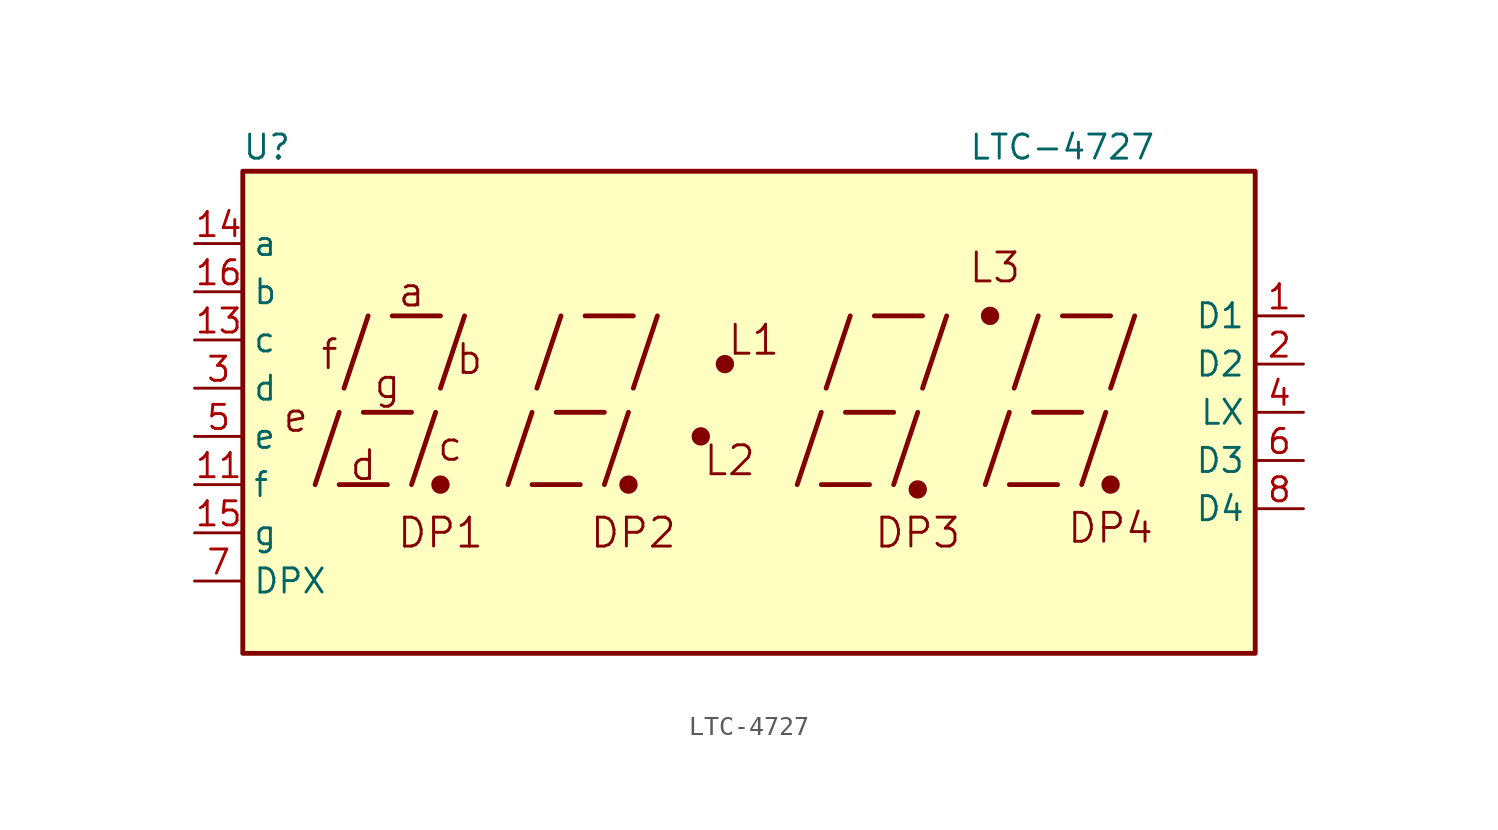
<source format=kicad_sym>
(kicad_symbol_lib
  (version 20220914)
  (generator kicad_symbol_editor)
  (symbol "LTC-4727"
    (property "Reference" "U"
      (at -24.13 13.97 0)
      (effects (font (size 1.27 1.27))))
    (property "Value" "LTC-4727"
      (at 17.78 13.97 0)
      (effects (font (size 1.27 1.27))))
    (symbol "LTC-4727_0_0"
      (rectangle (start -25.4 12.7) (end 27.94 -12.7) (stroke (width 0.254) (type default)) (fill (type background)))
      (polyline (pts (xy -21.59 -3.81) (xy -20.32 0)) (stroke (width 0.254) (type default)) (fill (type none)))
      (polyline (pts (xy -20.32 -3.81) (xy -17.78 -3.81)) (stroke (width 0.254) (type default)) (fill (type none)))
      (polyline (pts (xy -20.066 1.27) (xy -18.796 5.08)) (stroke (width 0.254) (type default)) (fill (type none)))
      (polyline (pts (xy -19.05 0) (xy -16.51 0)) (stroke (width 0.254) (type default)) (fill (type none)))
      (polyline (pts (xy -17.526 5.08) (xy -14.986 5.08)) (stroke (width 0.254) (type default)) (fill (type none)))
      (polyline (pts (xy -16.51 -3.81) (xy -15.24 0)) (stroke (width 0.254) (type default)) (fill (type none)))
      (polyline (pts (xy -14.986 1.27) (xy -13.716 5.08)) (stroke (width 0.254) (type default)) (fill (type none)))
      (polyline (pts (xy -11.43 -3.81) (xy -10.16 0)) (stroke (width 0.254) (type default)) (fill (type none)))
      (polyline (pts (xy -10.16 -3.81) (xy -7.62 -3.81)) (stroke (width 0.254) (type default)) (fill (type none)))
      (polyline (pts (xy -9.906 1.27) (xy -8.636 5.08)) (stroke (width 0.254) (type default)) (fill (type none)))
      (polyline (pts (xy -8.89 0) (xy -6.35 0)) (stroke (width 0.254) (type default)) (fill (type none)))
      (polyline (pts (xy -7.366 5.08) (xy -4.826 5.08)) (stroke (width 0.254) (type default)) (fill (type none)))
      (polyline (pts (xy -6.35 -3.81) (xy -5.08 0)) (stroke (width 0.254) (type default)) (fill (type none)))
      (polyline (pts (xy -4.826 1.27) (xy -3.556 5.08)) (stroke (width 0.254) (type default)) (fill (type none)))
      (polyline (pts (xy 3.81 -3.81) (xy 5.08 0)) (stroke (width 0.254) (type default)) (fill (type none)))
      (polyline (pts (xy 5.08 -3.81) (xy 7.62 -3.81)) (stroke (width 0.254) (type default)) (fill (type none)))
      (polyline (pts (xy 5.334 1.27) (xy 6.604 5.08)) (stroke (width 0.254) (type default)) (fill (type none)))
      (polyline (pts (xy 6.35 0) (xy 8.89 0)) (stroke (width 0.254) (type default)) (fill (type none)))
      (polyline (pts (xy 7.874 5.08) (xy 10.414 5.08)) (stroke (width 0.254) (type default)) (fill (type none)))
      (polyline (pts (xy 8.89 -3.81) (xy 10.16 0)) (stroke (width 0.254) (type default)) (fill (type none)))
      (polyline (pts (xy 10.414 1.27) (xy 11.684 5.08)) (stroke (width 0.254) (type default)) (fill (type none)))
      (polyline (pts (xy 13.716 -3.81) (xy 14.986 0)) (stroke (width 0.254) (type default)) (fill (type none)))
      (polyline (pts (xy 14.986 -3.81) (xy 17.526 -3.81)) (stroke (width 0.254) (type default)) (fill (type none)))
      (polyline (pts (xy 15.24 1.27) (xy 16.51 5.08)) (stroke (width 0.254) (type default)) (fill (type none)))
      (polyline (pts (xy 16.256 0) (xy 18.796 0)) (stroke (width 0.254) (type default)) (fill (type none)))
      (polyline (pts (xy 17.78 5.08) (xy 20.32 5.08)) (stroke (width 0.254) (type default)) (fill (type none)))
      (polyline (pts (xy 18.796 -3.81) (xy 20.066 0)) (stroke (width 0.254) (type default)) (fill (type none)))
      (polyline (pts (xy 20.32 1.27) (xy 21.59 5.08)) (stroke (width 0.254) (type default)) (fill (type none)))
      (text "a" (at -16.51 6.35 0) (effects (font (size 1.524 1.524))))
      (text "b" (at -13.462 2.794 0) (effects (font (size 1.524 1.524))))
      (text "c" (at -14.478 -1.778 0) (effects (font (size 1.524 1.524))))
      (text "d" (at -19.05 -2.794 0) (effects (font (size 1.524 1.524))))
      (text "DP1" (at -14.986 -6.35 0) (effects (font (size 1.524 1.524))))
      (text "DP2" (at -4.826 -6.35 0) (effects (font (size 1.524 1.524))))
      (text "DP3" (at 10.16 -6.35 0) (effects (font (size 1.524 1.524))))
      (text "DP4" (at 20.32 -6.096 0) (effects (font (size 1.524 1.524))))
      (text "e" (at -22.606 -0.254 0) (effects (font (size 1.524 1.524))))
      (text "f" (at -20.828 3.048 0) (effects (font (size 1.524 1.524))))
      (text "g" (at -17.78 1.524 0) (effects (font (size 1.524 1.524)))))
    (symbol "LTC-4727_0_1"
      (circle (center -14.986 -3.81) (radius 0.356) (stroke (width 0.254) (type default)) (fill (type outline)))
      (circle (center -5.08 -3.81) (radius 0.356) (stroke (width 0.254) (type default)) (fill (type outline))))
    (symbol "LTC-4727_1_0"
      (circle (center 10.16 -4.064) (radius 0.356) (stroke (width 0.254) (type default)) (fill (type outline)))
      (circle (center 20.32 -3.81) (radius 0.356) (stroke (width 0.254) (type default)) (fill (type outline))))
    (symbol "LTC-4727_1_1"
      (circle (center -1.27 -1.27) (radius 0.356) (stroke (width 0.254) (type default)) (fill (type outline)))
      (circle (center 0 2.54) (radius 0.356) (stroke (width 0.254) (type default)) (fill (type outline)))
      (circle (center 13.97 5.08) (radius 0.356) (stroke (width 0.254) (type default)) (fill (type outline)))
      (text "L1" (at 1.524 3.81 0) (effects (font (size 1.524 1.524))))
      (text "L2" (at 0.254 -2.54 0) (effects (font (size 1.524 1.524))))
      (text "L3" (at 14.224 7.62 0) (effects (font (size 1.524 1.524))))
      (pin input line (at 30.48 5.08 180) (length 2.54) (name "D1" (effects (font (size 1.27 1.27)))) (number "1" (effects (font (size 1.27 1.27)))))
      (pin input line (at -27.94 -3.81 0) (length 2.54) (name "f" (effects (font (size 1.27 1.27)))) (number "11" (effects (font (size 1.27 1.27)))))
      (pin input line (at -27.94 3.81 0) (length 2.54) (name "c" (effects (font (size 1.27 1.27)))) (number "13" (effects (font (size 1.27 1.27)))))
      (pin input line (at -27.94 8.89 0) (length 2.54) (name "a" (effects (font (size 1.27 1.27)))) (number "14" (effects (font (size 1.27 1.27)))))
      (pin input line (at -27.94 -6.35 0) (length 2.54) (name "g" (effects (font (size 1.27 1.27)))) (number "15" (effects (font (size 1.27 1.27)))))
      (pin input line (at -27.94 6.35 0) (length 2.54) (name "b" (effects (font (size 1.27 1.27)))) (number "16" (effects (font (size 1.27 1.27)))))
      (pin input line (at 30.48 2.54 180) (length 2.54) (name "D2" (effects (font (size 1.27 1.27)))) (number "2" (effects (font (size 1.27 1.27)))))
      (pin input line (at -27.94 1.27 0) (length 2.54) (name "d" (effects (font (size 1.27 1.27)))) (number "3" (effects (font (size 1.27 1.27)))))
      (pin input line (at 30.48 0 180) (length 2.54) (name "LX" (effects (font (size 1.27 1.27)))) (number "4" (effects (font (size 1.27 1.27)))))
      (pin input line (at -27.94 -1.27 0) (length 2.54) (name "e" (effects (font (size 1.27 1.27)))) (number "5" (effects (font (size 1.27 1.27)))))
      (pin input line (at 30.48 -2.54 180) (length 2.54) (name "D3" (effects (font (size 1.27 1.27)))) (number "6" (effects (font (size 1.27 1.27)))))
      (pin input line (at -27.94 -8.89 0) (length 2.54) (name "DPX" (effects (font (size 1.27 1.27)))) (number "7" (effects (font (size 1.27 1.27)))))
      (pin input line (at 30.48 -5.08 180) (length 2.54) (name "D4" (effects (font (size 1.27 1.27)))) (number "8" (effects (font (size 1.27 1.27))))))))
</source>
